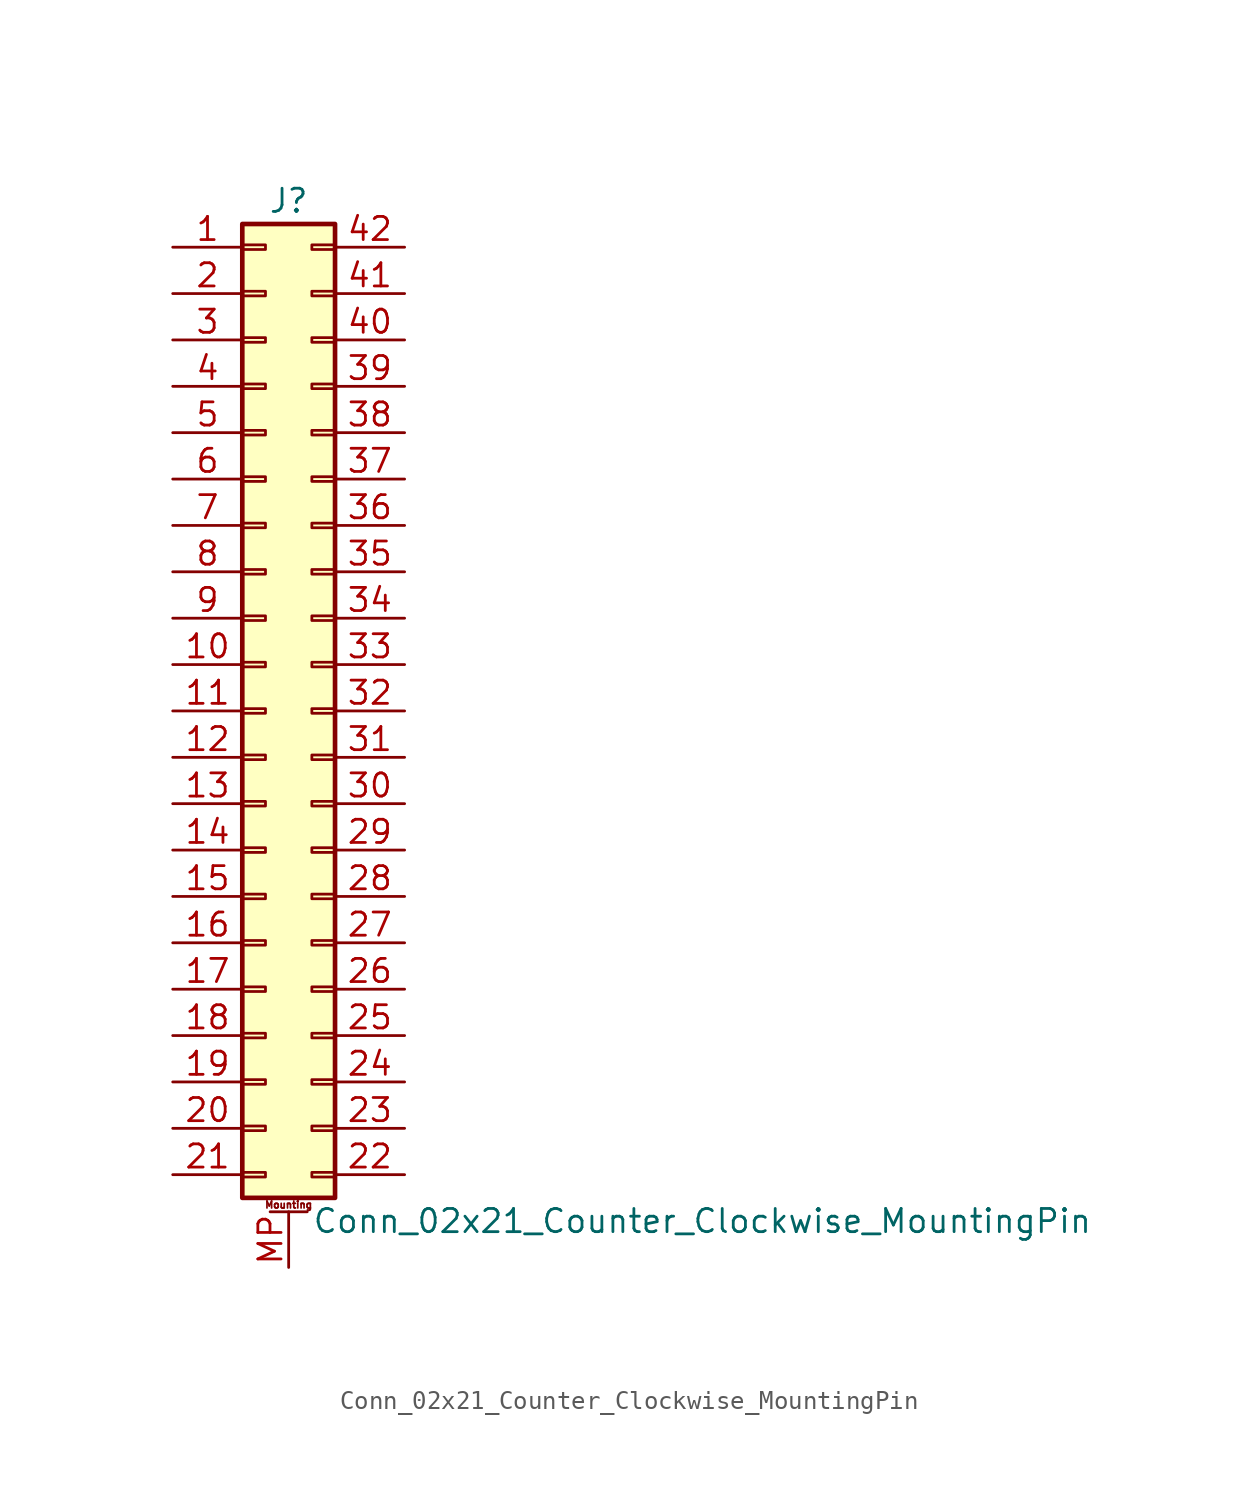
<source format=kicad_sym>
(kicad_symbol_lib
  (version 20201005)
  (generator kicad_symbol_editor)
  (symbol "Connector_Generic_MountingPin:Conn_02x21_Counter_Clockwise_MountingPin"
    (pin_names
      (offset 1.016) hide)
    (property "Reference" "J"
      (at 1.27 27.94 0)
      (effects (font (size 1.27 1.27))))
    (property "Value" "Conn_02x21_Counter_Clockwise_MountingPin"
      (at 2.54 -27.94 0)
      (effects (font (size 1.27 1.27)) (justify left)))
    (symbol "Conn_02x21_Counter_Clockwise_MountingPin_1_1"
      (text "Mounting" (at 1.27 -27.051 0) (effects (font (size 0.381 0.381))))
      (rectangle (start -1.27 -4.953) (end 0 -5.207) (stroke (width 0.152)) (fill (type none)))
      (rectangle (start -1.27 -7.493) (end 0 -7.747) (stroke (width 0.152)) (fill (type none)))
      (rectangle (start -1.27 -10.033) (end 0 -10.287) (stroke (width 0.152)) (fill (type none)))
      (rectangle (start -1.27 -12.573) (end 0 -12.827) (stroke (width 0.152)) (fill (type none)))
      (rectangle (start -1.27 -15.113) (end 0 -15.367) (stroke (width 0.152)) (fill (type none)))
      (rectangle (start -1.27 -17.653) (end 0 -17.907) (stroke (width 0.152)) (fill (type none)))
      (rectangle (start -1.27 -20.193) (end 0 -20.447) (stroke (width 0.152)) (fill (type none)))
      (rectangle (start -1.27 -22.733) (end 0 -22.987) (stroke (width 0.152)) (fill (type none)))
      (rectangle (start -1.27 -2.413) (end 0 -2.667) (stroke (width 0.152)) (fill (type none)))
      (rectangle (start -1.27 -25.273) (end 0 -25.527) (stroke (width 0.152)) (fill (type none)))
      (rectangle (start -1.27 25.527) (end 0 25.273) (stroke (width 0.152)) (fill (type none)))
      (rectangle (start -1.27 2.667) (end 0 2.413) (stroke (width 0.152)) (fill (type none)))
      (rectangle (start -1.27 26.67) (end 3.81 -26.67) (stroke (width 0.254)) (fill (type background)))
      (rectangle (start -1.27 5.207) (end 0 4.953) (stroke (width 0.152)) (fill (type none)))
      (rectangle (start -1.27 7.747) (end 0 7.493) (stroke (width 0.152)) (fill (type none)))
      (rectangle (start -1.27 10.287) (end 0 10.033) (stroke (width 0.152)) (fill (type none)))
      (rectangle (start -1.27 0.127) (end 0 -0.127) (stroke (width 0.152)) (fill (type none)))
      (rectangle (start -1.27 12.827) (end 0 12.573) (stroke (width 0.152)) (fill (type none)))
      (rectangle (start -1.27 15.367) (end 0 15.113) (stroke (width 0.152)) (fill (type none)))
      (rectangle (start -1.27 17.907) (end 0 17.653) (stroke (width 0.152)) (fill (type none)))
      (rectangle (start -1.27 20.447) (end 0 20.193) (stroke (width 0.152)) (fill (type none)))
      (rectangle (start -1.27 22.987) (end 0 22.733) (stroke (width 0.152)) (fill (type none)))
      (rectangle (start 3.81 -4.953) (end 2.54 -5.207) (stroke (width 0.152)) (fill (type none)))
      (rectangle (start 3.81 -7.493) (end 2.54 -7.747) (stroke (width 0.152)) (fill (type none)))
      (rectangle (start 3.81 -10.033) (end 2.54 -10.287) (stroke (width 0.152)) (fill (type none)))
      (rectangle (start 3.81 -12.573) (end 2.54 -12.827) (stroke (width 0.152)) (fill (type none)))
      (rectangle (start 3.81 -15.113) (end 2.54 -15.367) (stroke (width 0.152)) (fill (type none)))
      (rectangle (start 3.81 -17.653) (end 2.54 -17.907) (stroke (width 0.152)) (fill (type none)))
      (rectangle (start 3.81 -20.193) (end 2.54 -20.447) (stroke (width 0.152)) (fill (type none)))
      (rectangle (start 3.81 -22.733) (end 2.54 -22.987) (stroke (width 0.152)) (fill (type none)))
      (rectangle (start 3.81 -2.413) (end 2.54 -2.667) (stroke (width 0.152)) (fill (type none)))
      (rectangle (start 3.81 -25.273) (end 2.54 -25.527) (stroke (width 0.152)) (fill (type none)))
      (rectangle (start 3.81 25.527) (end 2.54 25.273) (stroke (width 0.152)) (fill (type none)))
      (rectangle (start 3.81 2.667) (end 2.54 2.413) (stroke (width 0.152)) (fill (type none)))
      (rectangle (start 3.81 5.207) (end 2.54 4.953) (stroke (width 0.152)) (fill (type none)))
      (rectangle (start 3.81 7.747) (end 2.54 7.493) (stroke (width 0.152)) (fill (type none)))
      (rectangle (start 3.81 10.287) (end 2.54 10.033) (stroke (width 0.152)) (fill (type none)))
      (rectangle (start 3.81 0.127) (end 2.54 -0.127) (stroke (width 0.152)) (fill (type none)))
      (rectangle (start 3.81 12.827) (end 2.54 12.573) (stroke (width 0.152)) (fill (type none)))
      (rectangle (start 3.81 15.367) (end 2.54 15.113) (stroke (width 0.152)) (fill (type none)))
      (rectangle (start 3.81 17.907) (end 2.54 17.653) (stroke (width 0.152)) (fill (type none)))
      (rectangle (start 3.81 20.447) (end 2.54 20.193) (stroke (width 0.152)) (fill (type none)))
      (rectangle (start 3.81 22.987) (end 2.54 22.733) (stroke (width 0.152)) (fill (type none)))
      (polyline (pts (xy 0.254 -27.432) (xy 2.286 -27.432)) (stroke (width 0.152)) (fill (type none)))
      (pin passive line (at 1.27 -30.48 90) (length 3.048) (name "MountPin" (effects (font (size 1.27 1.27)))) (number "MP" (effects (font (size 1.27 1.27)))))
      (pin passive line (at -5.08 25.4 0) (length 3.81) (name "Pin_1" (effects (font (size 1.27 1.27)))) (number "1" (effects (font (size 1.27 1.27)))))
      (pin passive line (at -5.08 2.54 0) (length 3.81) (name "Pin_10" (effects (font (size 1.27 1.27)))) (number "10" (effects (font (size 1.27 1.27)))))
      (pin passive line (at -5.08 0 0) (length 3.81) (name "Pin_11" (effects (font (size 1.27 1.27)))) (number "11" (effects (font (size 1.27 1.27)))))
      (pin passive line (at -5.08 -2.54 0) (length 3.81) (name "Pin_12" (effects (font (size 1.27 1.27)))) (number "12" (effects (font (size 1.27 1.27)))))
      (pin passive line (at -5.08 -5.08 0) (length 3.81) (name "Pin_13" (effects (font (size 1.27 1.27)))) (number "13" (effects (font (size 1.27 1.27)))))
      (pin passive line (at -5.08 -7.62 0) (length 3.81) (name "Pin_14" (effects (font (size 1.27 1.27)))) (number "14" (effects (font (size 1.27 1.27)))))
      (pin passive line (at -5.08 -10.16 0) (length 3.81) (name "Pin_15" (effects (font (size 1.27 1.27)))) (number "15" (effects (font (size 1.27 1.27)))))
      (pin passive line (at -5.08 -12.7 0) (length 3.81) (name "Pin_16" (effects (font (size 1.27 1.27)))) (number "16" (effects (font (size 1.27 1.27)))))
      (pin passive line (at -5.08 -15.24 0) (length 3.81) (name "Pin_17" (effects (font (size 1.27 1.27)))) (number "17" (effects (font (size 1.27 1.27)))))
      (pin passive line (at -5.08 -17.78 0) (length 3.81) (name "Pin_18" (effects (font (size 1.27 1.27)))) (number "18" (effects (font (size 1.27 1.27)))))
      (pin passive line (at -5.08 -20.32 0) (length 3.81) (name "Pin_19" (effects (font (size 1.27 1.27)))) (number "19" (effects (font (size 1.27 1.27)))))
      (pin passive line (at -5.08 22.86 0) (length 3.81) (name "Pin_2" (effects (font (size 1.27 1.27)))) (number "2" (effects (font (size 1.27 1.27)))))
      (pin passive line (at -5.08 -22.86 0) (length 3.81) (name "Pin_20" (effects (font (size 1.27 1.27)))) (number "20" (effects (font (size 1.27 1.27)))))
      (pin passive line (at -5.08 -25.4 0) (length 3.81) (name "Pin_21" (effects (font (size 1.27 1.27)))) (number "21" (effects (font (size 1.27 1.27)))))
      (pin passive line (at 7.62 -25.4 180) (length 3.81) (name "Pin_22" (effects (font (size 1.27 1.27)))) (number "22" (effects (font (size 1.27 1.27)))))
      (pin passive line (at 7.62 -22.86 180) (length 3.81) (name "Pin_23" (effects (font (size 1.27 1.27)))) (number "23" (effects (font (size 1.27 1.27)))))
      (pin passive line (at 7.62 -20.32 180) (length 3.81) (name "Pin_24" (effects (font (size 1.27 1.27)))) (number "24" (effects (font (size 1.27 1.27)))))
      (pin passive line (at 7.62 -17.78 180) (length 3.81) (name "Pin_25" (effects (font (size 1.27 1.27)))) (number "25" (effects (font (size 1.27 1.27)))))
      (pin passive line (at 7.62 -15.24 180) (length 3.81) (name "Pin_26" (effects (font (size 1.27 1.27)))) (number "26" (effects (font (size 1.27 1.27)))))
      (pin passive line (at 7.62 -12.7 180) (length 3.81) (name "Pin_27" (effects (font (size 1.27 1.27)))) (number "27" (effects (font (size 1.27 1.27)))))
      (pin passive line (at 7.62 -10.16 180) (length 3.81) (name "Pin_28" (effects (font (size 1.27 1.27)))) (number "28" (effects (font (size 1.27 1.27)))))
      (pin passive line (at 7.62 -7.62 180) (length 3.81) (name "Pin_29" (effects (font (size 1.27 1.27)))) (number "29" (effects (font (size 1.27 1.27)))))
      (pin passive line (at -5.08 20.32 0) (length 3.81) (name "Pin_3" (effects (font (size 1.27 1.27)))) (number "3" (effects (font (size 1.27 1.27)))))
      (pin passive line (at 7.62 -5.08 180) (length 3.81) (name "Pin_30" (effects (font (size 1.27 1.27)))) (number "30" (effects (font (size 1.27 1.27)))))
      (pin passive line (at 7.62 -2.54 180) (length 3.81) (name "Pin_31" (effects (font (size 1.27 1.27)))) (number "31" (effects (font (size 1.27 1.27)))))
      (pin passive line (at 7.62 0 180) (length 3.81) (name "Pin_32" (effects (font (size 1.27 1.27)))) (number "32" (effects (font (size 1.27 1.27)))))
      (pin passive line (at 7.62 2.54 180) (length 3.81) (name "Pin_33" (effects (font (size 1.27 1.27)))) (number "33" (effects (font (size 1.27 1.27)))))
      (pin passive line (at 7.62 5.08 180) (length 3.81) (name "Pin_34" (effects (font (size 1.27 1.27)))) (number "34" (effects (font (size 1.27 1.27)))))
      (pin passive line (at 7.62 7.62 180) (length 3.81) (name "Pin_35" (effects (font (size 1.27 1.27)))) (number "35" (effects (font (size 1.27 1.27)))))
      (pin passive line (at 7.62 10.16 180) (length 3.81) (name "Pin_36" (effects (font (size 1.27 1.27)))) (number "36" (effects (font (size 1.27 1.27)))))
      (pin passive line (at 7.62 12.7 180) (length 3.81) (name "Pin_37" (effects (font (size 1.27 1.27)))) (number "37" (effects (font (size 1.27 1.27)))))
      (pin passive line (at 7.62 15.24 180) (length 3.81) (name "Pin_38" (effects (font (size 1.27 1.27)))) (number "38" (effects (font (size 1.27 1.27)))))
      (pin passive line (at 7.62 17.78 180) (length 3.81) (name "Pin_39" (effects (font (size 1.27 1.27)))) (number "39" (effects (font (size 1.27 1.27)))))
      (pin passive line (at -5.08 17.78 0) (length 3.81) (name "Pin_4" (effects (font (size 1.27 1.27)))) (number "4" (effects (font (size 1.27 1.27)))))
      (pin passive line (at 7.62 20.32 180) (length 3.81) (name "Pin_40" (effects (font (size 1.27 1.27)))) (number "40" (effects (font (size 1.27 1.27)))))
      (pin passive line (at 7.62 22.86 180) (length 3.81) (name "Pin_41" (effects (font (size 1.27 1.27)))) (number "41" (effects (font (size 1.27 1.27)))))
      (pin passive line (at 7.62 25.4 180) (length 3.81) (name "Pin_42" (effects (font (size 1.27 1.27)))) (number "42" (effects (font (size 1.27 1.27)))))
      (pin passive line (at -5.08 15.24 0) (length 3.81) (name "Pin_5" (effects (font (size 1.27 1.27)))) (number "5" (effects (font (size 1.27 1.27)))))
      (pin passive line (at -5.08 12.7 0) (length 3.81) (name "Pin_6" (effects (font (size 1.27 1.27)))) (number "6" (effects (font (size 1.27 1.27)))))
      (pin passive line (at -5.08 10.16 0) (length 3.81) (name "Pin_7" (effects (font (size 1.27 1.27)))) (number "7" (effects (font (size 1.27 1.27)))))
      (pin passive line (at -5.08 7.62 0) (length 3.81) (name "Pin_8" (effects (font (size 1.27 1.27)))) (number "8" (effects (font (size 1.27 1.27)))))
      (pin passive line (at -5.08 5.08 0) (length 3.81) (name "Pin_9" (effects (font (size 1.27 1.27)))) (number "9" (effects (font (size 1.27 1.27))))))))
</source>
